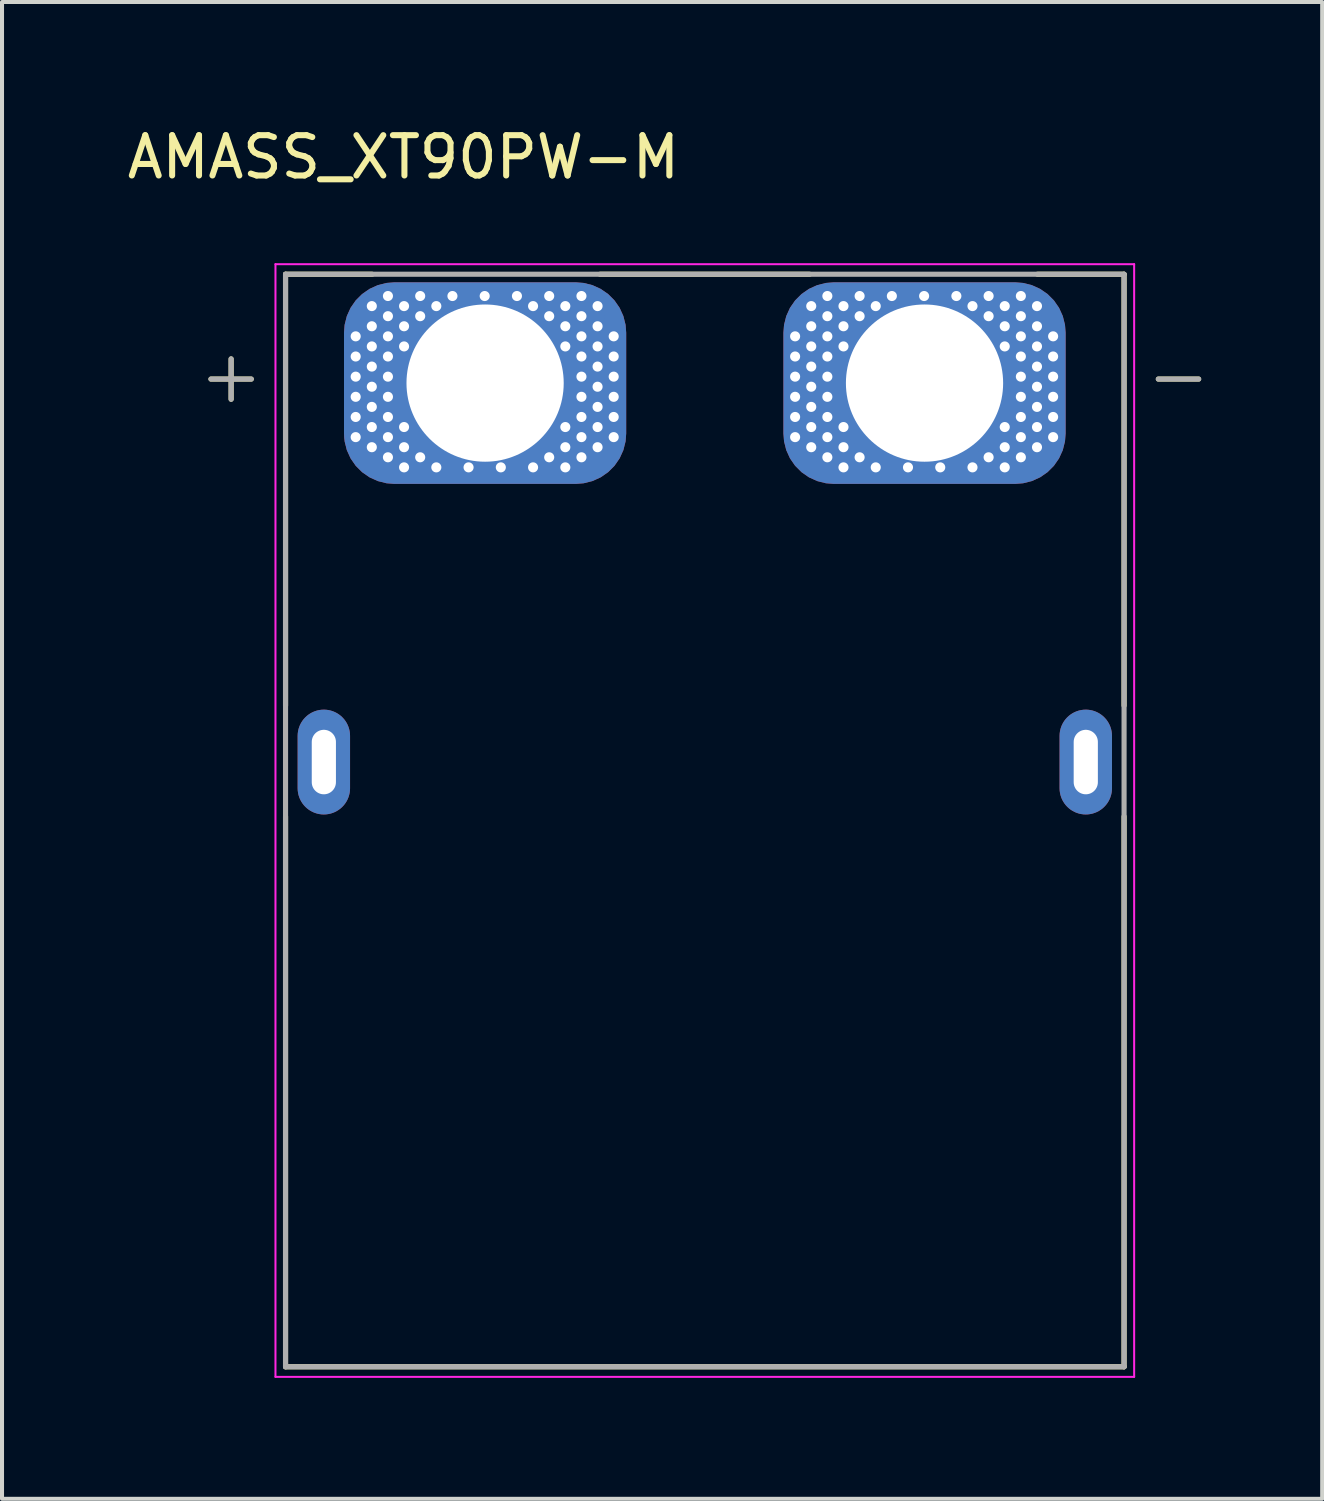
<source format=kicad_pcb>
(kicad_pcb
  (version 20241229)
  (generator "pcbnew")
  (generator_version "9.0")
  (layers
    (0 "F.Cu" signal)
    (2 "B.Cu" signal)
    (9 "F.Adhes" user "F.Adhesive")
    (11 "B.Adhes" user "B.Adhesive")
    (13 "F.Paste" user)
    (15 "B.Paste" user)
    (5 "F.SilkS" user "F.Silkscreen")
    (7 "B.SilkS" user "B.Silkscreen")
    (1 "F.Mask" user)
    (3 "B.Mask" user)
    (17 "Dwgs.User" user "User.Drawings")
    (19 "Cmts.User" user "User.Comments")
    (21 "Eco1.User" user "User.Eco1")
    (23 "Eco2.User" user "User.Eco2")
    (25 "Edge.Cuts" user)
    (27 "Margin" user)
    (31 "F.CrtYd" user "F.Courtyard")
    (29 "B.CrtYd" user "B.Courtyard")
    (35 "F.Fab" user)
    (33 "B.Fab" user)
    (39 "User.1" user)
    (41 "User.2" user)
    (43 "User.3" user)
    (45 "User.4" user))
  (footprint "AMASS_XT90PW-M"
    (layer "F.Cu")
    (at 14.433 15.853)
    (property "Reference" "AMASS_XT90PW-M" (at -7.475 -15.005 0) (layer "F.SilkS") (effects (font (size 1 1) (thickness 0.15))))
    (attr through_hole)
    (fp_line (start -11.75 -9) (end -11.75 -10) (stroke (width 0.127) (type solid)) (layer "F.SilkS"))
    (fp_line (start -11.25 -9.5) (end -12.25 -9.5) (stroke (width 0.127) (type solid)) (layer "F.SilkS"))
    (fp_line (start -10.4 -12.1) (end -10.4 -1.4) (stroke (width 0.127) (type solid)) (layer "F.SilkS"))
    (fp_line (start -10.4 1.35) (end -10.4 15) (stroke (width 0.127) (type solid)) (layer "F.SilkS"))
    (fp_line (start -10.4 15) (end 10.4 15) (stroke (width 0.127) (type solid)) (layer "F.SilkS"))
    (fp_line (start -8.25 -12.1) (end -10.4 -12.1) (stroke (width 0.127) (type solid)) (layer "F.SilkS"))
    (fp_line (start -2.6 -12.1) (end 2.6 -12.1) (stroke (width 0.127) (type solid)) (layer "F.SilkS"))
    (fp_line (start 10.4 -12.1) (end 8.25 -12.1) (stroke (width 0.127) (type solid)) (layer "F.SilkS"))
    (fp_line (start 10.4 -1.4) (end 10.4 -12.1) (stroke (width 0.127) (type solid)) (layer "F.SilkS"))
    (fp_line (start 10.4 15) (end 10.4 1.35) (stroke (width 0.127) (type solid)) (layer "F.SilkS"))
    (fp_line (start 11.25 -9.5) (end 12.25 -9.5) (stroke (width 0.127) (type solid)) (layer "F.SilkS"))
    (fp_line (start -10.65 -12.35) (end 10.65 -12.35) (stroke (width 0.05) (type solid)) (layer "F.CrtYd"))
    (fp_line (start -10.65 15.25) (end -10.65 -12.35) (stroke (width 0.05) (type solid)) (layer "F.CrtYd"))
    (fp_line (start 10.65 -12.35) (end 10.65 15.25) (stroke (width 0.05) (type solid)) (layer "F.CrtYd"))
    (fp_line (start 10.65 15.25) (end -10.65 15.25) (stroke (width 0.05) (type solid)) (layer "F.CrtYd"))
    (fp_line (start -11.75 -9) (end -11.75 -10) (stroke (width 0.127) (type solid)) (layer "F.Fab"))
    (fp_line (start -11.25 -9.5) (end -12.25 -9.5) (stroke (width 0.127) (type solid)) (layer "F.Fab"))
    (fp_line (start -10.4 -12.1) (end 10.4 -12.1) (stroke (width 0.127) (type solid)) (layer "F.Fab"))
    (fp_line (start -10.4 15) (end -10.4 -12.1) (stroke (width 0.127) (type solid)) (layer "F.Fab"))
    (fp_line (start 10.4 -12.1) (end 10.4 15) (stroke (width 0.127) (type solid)) (layer "F.Fab"))
    (fp_line (start 10.4 15) (end -10.4 15) (stroke (width 0.127) (type solid)) (layer "F.Fab"))
    (fp_line (start 12.25 -9.5) (end 11.25 -9.5) (stroke (width 0.127) (type solid)) (layer "F.Fab"))
    (pad "1" thru_hole roundrect (at 5.45 -9.4) (size 7 5) (drill 3.9) (layers "*.Cu" "*.Mask") (roundrect_rratio 0.25))
    (pad "2" thru_hole circle (at -8.66 -10.56 270) (size 0.55 0.55) (drill 0.25) (layers "*.Cu"))
    (pad "2" thru_hole circle (at -8.66 -10.06 270) (size 0.55 0.55) (drill 0.25) (layers "*.Cu"))
    (pad "2" thru_hole circle (at -8.66 -9.56 270) (size 0.55 0.55) (drill 0.25) (layers "*.Cu"))
    (pad "2" thru_hole circle (at -8.66 -9.06 270) (size 0.55 0.55) (drill 0.25) (layers "*.Cu"))
    (pad "2" thru_hole circle (at -8.66 -8.56 270) (size 0.55 0.55) (drill 0.25) (layers "*.Cu"))
    (pad "2" thru_hole circle (at -8.66 -8.06 270) (size 0.55 0.55) (drill 0.25) (layers "*.Cu"))
    (pad "2" thru_hole circle (at -8.26 -11.31 270) (size 0.55 0.55) (drill 0.25) (layers "*.Cu"))
    (pad "2" thru_hole circle (at -8.26 -10.81 270) (size 0.55 0.55) (drill 0.25) (layers "*.Cu"))
    (pad "2" thru_hole circle (at -8.26 -10.31 270) (size 0.55 0.55) (drill 0.25) (layers "*.Cu"))
    (pad "2" thru_hole circle (at -8.26 -9.81 270) (size 0.55 0.55) (drill 0.25) (layers "*.Cu"))
    (pad "2" thru_hole circle (at -8.26 -9.31 270) (size 0.55 0.55) (drill 0.25) (layers "*.Cu"))
    (pad "2" thru_hole circle (at -8.26 -8.81 270) (size 0.55 0.55) (drill 0.25) (layers "*.Cu"))
    (pad "2" thru_hole circle (at -8.26 -8.31 270) (size 0.55 0.55) (drill 0.25) (layers "*.Cu"))
    (pad "2" thru_hole circle (at -8.26 -7.81 270) (size 0.55 0.55) (drill 0.25) (layers "*.Cu"))
    (pad "2" thru_hole circle (at -7.86 -11.56 270) (size 0.55 0.55) (drill 0.25) (layers "*.Cu"))
    (pad "2" thru_hole circle (at -7.86 -11.06 270) (size 0.55 0.55) (drill 0.25) (layers "*.Cu"))
    (pad "2" thru_hole circle (at -7.86 -10.56 270) (size 0.55 0.55) (drill 0.25) (layers "*.Cu"))
    (pad "2" thru_hole circle (at -7.86 -10.06 270) (size 0.55 0.55) (drill 0.25) (layers "*.Cu"))
    (pad "2" thru_hole circle (at -7.86 -9.56 270) (size 0.55 0.55) (drill 0.25) (layers "*.Cu"))
    (pad "2" thru_hole circle (at -7.86 -9.06 270) (size 0.55 0.55) (drill 0.25) (layers "*.Cu"))
    (pad "2" thru_hole circle (at -7.86 -8.56 270) (size 0.55 0.55) (drill 0.25) (layers "*.Cu"))
    (pad "2" thru_hole circle (at -7.86 -8.06 270) (size 0.55 0.55) (drill 0.25) (layers "*.Cu"))
    (pad "2" thru_hole circle (at -7.86 -7.56 270) (size 0.55 0.55) (drill 0.25) (layers "*.Cu"))
    (pad "2" thru_hole circle (at -7.46 -11.31 270) (size 0.55 0.55) (drill 0.25) (layers "*.Cu"))
    (pad "2" thru_hole circle (at -7.46 -10.81 270) (size 0.55 0.55) (drill 0.25) (layers "*.Cu"))
    (pad "2" thru_hole circle (at -7.46 -10.31 270) (size 0.55 0.55) (drill 0.25) (layers "*.Cu"))
    (pad "2" thru_hole circle (at -7.46 -8.31 270) (size 0.55 0.55) (drill 0.25) (layers "*.Cu"))
    (pad "2" thru_hole circle (at -7.46 -7.81 270) (size 0.55 0.55) (drill 0.25) (layers "*.Cu"))
    (pad "2" thru_hole circle (at -7.46 -7.31 270) (size 0.55 0.55) (drill 0.25) (layers "*.Cu"))
    (pad "2" thru_hole circle (at -7.06 -11.56 270) (size 0.55 0.55) (drill 0.25) (layers "*.Cu"))
    (pad "2" thru_hole circle (at -7.06 -11.06 270) (size 0.55 0.55) (drill 0.25) (layers "*.Cu"))
    (pad "2" thru_hole circle (at -7.06 -7.56 270) (size 0.55 0.55) (drill 0.25) (layers "*.Cu"))
    (pad "2" thru_hole circle (at -6.66 -11.31 270) (size 0.55 0.55) (drill 0.25) (layers "*.Cu"))
    (pad "2" thru_hole circle (at -6.66 -7.31 270) (size 0.55 0.55) (drill 0.25) (layers "*.Cu"))
    (pad "2" thru_hole circle (at -6.26 -11.56 270) (size 0.55 0.55) (drill 0.25) (layers "*.Cu"))
    (pad "2" thru_hole circle (at -5.86 -7.31 270) (size 0.55 0.55) (drill 0.25) (layers "*.Cu"))
    (pad "2" thru_hole circle (at -5.46 -11.56 270) (size 0.55 0.55) (drill 0.25) (layers "*.Cu"))
    (pad "2" thru_hole roundrect (at -5.45 -9.4) (size 7 5) (drill 3.9) (layers "*.Cu" "*.Mask") (roundrect_rratio 0.25))
    (pad "2" thru_hole circle (at -5.06 -7.31 270) (size 0.55 0.55) (drill 0.25) (layers "*.Cu"))
    (pad "2" thru_hole circle (at -4.66 -11.56 270) (size 0.55 0.55) (drill 0.25) (layers "*.Cu"))
    (pad "2" thru_hole circle (at -4.26 -11.31 270) (size 0.55 0.55) (drill 0.25) (layers "*.Cu"))
    (pad "2" thru_hole circle (at -4.26 -7.31 270) (size 0.55 0.55) (drill 0.25) (layers "*.Cu"))
    (pad "2" thru_hole circle (at -3.86 -11.56 270) (size 0.55 0.55) (drill 0.25) (layers "*.Cu"))
    (pad "2" thru_hole circle (at -3.86 -11.06 270) (size 0.55 0.55) (drill 0.25) (layers "*.Cu"))
    (pad "2" thru_hole circle (at -3.86 -7.56 270) (size 0.55 0.55) (drill 0.25) (layers "*.Cu"))
    (pad "2" thru_hole circle (at -3.46 -11.31 270) (size 0.55 0.55) (drill 0.25) (layers "*.Cu"))
    (pad "2" thru_hole circle (at -3.46 -10.81 270) (size 0.55 0.55) (drill 0.25) (layers "*.Cu"))
    (pad "2" thru_hole circle (at -3.46 -10.31 270) (size 0.55 0.55) (drill 0.25) (layers "*.Cu"))
    (pad "2" thru_hole circle (at -3.46 -8.31 270) (size 0.55 0.55) (drill 0.25) (layers "*.Cu"))
    (pad "2" thru_hole circle (at -3.46 -7.81 270) (size 0.55 0.55) (drill 0.25) (layers "*.Cu"))
    (pad "2" thru_hole circle (at -3.46 -7.31 270) (size 0.55 0.55) (drill 0.25) (layers "*.Cu"))
    (pad "2" thru_hole circle (at -3.06 -11.56 270) (size 0.55 0.55) (drill 0.25) (layers "*.Cu"))
    (pad "2" thru_hole circle (at -3.06 -11.06 270) (size 0.55 0.55) (drill 0.25) (layers "*.Cu"))
    (pad "2" thru_hole circle (at -3.06 -10.56 270) (size 0.55 0.55) (drill 0.25) (layers "*.Cu"))
    (pad "2" thru_hole circle (at -3.06 -10.06 270) (size 0.55 0.55) (drill 0.25) (layers "*.Cu"))
    (pad "2" thru_hole circle (at -3.06 -9.56 270) (size 0.55 0.55) (drill 0.25) (layers "*.Cu"))
    (pad "2" thru_hole circle (at -3.06 -9.06 270) (size 0.55 0.55) (drill 0.25) (layers "*.Cu"))
    (pad "2" thru_hole circle (at -3.06 -8.56 270) (size 0.55 0.55) (drill 0.25) (layers "*.Cu"))
    (pad "2" thru_hole circle (at -3.06 -8.06 270) (size 0.55 0.55) (drill 0.25) (layers "*.Cu"))
    (pad "2" thru_hole circle (at -3.06 -7.56 270) (size 0.55 0.55) (drill 0.25) (layers "*.Cu"))
    (pad "2" thru_hole circle (at -2.66 -11.31 270) (size 0.55 0.55) (drill 0.25) (layers "*.Cu"))
    (pad "2" thru_hole circle (at -2.66 -10.81 270) (size 0.55 0.55) (drill 0.25) (layers "*.Cu"))
    (pad "2" thru_hole circle (at -2.66 -10.31 270) (size 0.55 0.55) (drill 0.25) (layers "*.Cu"))
    (pad "2" thru_hole circle (at -2.66 -9.81 270) (size 0.55 0.55) (drill 0.25) (layers "*.Cu"))
    (pad "2" thru_hole circle (at -2.66 -9.31 270) (size 0.55 0.55) (drill 0.25) (layers "*.Cu"))
    (pad "2" thru_hole circle (at -2.66 -8.81 270) (size 0.55 0.55) (drill 0.25) (layers "*.Cu"))
    (pad "2" thru_hole circle (at -2.66 -8.31 270) (size 0.55 0.55) (drill 0.25) (layers "*.Cu"))
    (pad "2" thru_hole circle (at -2.66 -7.81 270) (size 0.55 0.55) (drill 0.25) (layers "*.Cu"))
    (pad "2" thru_hole circle (at -2.26 -10.56 270) (size 0.55 0.55) (drill 0.25) (layers "*.Cu"))
    (pad "2" thru_hole circle (at -2.26 -10.06 270) (size 0.55 0.55) (drill 0.25) (layers "*.Cu"))
    (pad "2" thru_hole circle (at -2.26 -9.56 270) (size 0.55 0.55) (drill 0.25) (layers "*.Cu"))
    (pad "2" thru_hole circle (at -2.26 -9.06 270) (size 0.55 0.55) (drill 0.25) (layers "*.Cu"))
    (pad "2" thru_hole circle (at -2.26 -8.56 270) (size 0.55 0.55) (drill 0.25) (layers "*.Cu"))
    (pad "2" thru_hole circle (at -2.26 -8.06 270) (size 0.55 0.55) (drill 0.25) (layers "*.Cu"))
    (pad "2" thru_hole circle (at 2.24 -10.56 270) (size 0.55 0.55) (drill 0.25) (layers "*.Cu"))
    (pad "2" thru_hole circle (at 2.24 -10.06 270) (size 0.55 0.55) (drill 0.25) (layers "*.Cu"))
    (pad "2" thru_hole circle (at 2.24 -9.56 270) (size 0.55 0.55) (drill 0.25) (layers "*.Cu"))
    (pad "2" thru_hole circle (at 2.24 -9.06 270) (size 0.55 0.55) (drill 0.25) (layers "*.Cu"))
    (pad "2" thru_hole circle (at 2.24 -8.56 270) (size 0.55 0.55) (drill 0.25) (layers "*.Cu"))
    (pad "2" thru_hole circle (at 2.24 -8.06 270) (size 0.55 0.55) (drill 0.25) (layers "*.Cu"))
    (pad "2" thru_hole circle (at 2.64 -11.31 270) (size 0.55 0.55) (drill 0.25) (layers "*.Cu"))
    (pad "2" thru_hole circle (at 2.64 -10.81 270) (size 0.55 0.55) (drill 0.25) (layers "*.Cu"))
    (pad "2" thru_hole circle (at 2.64 -10.31 270) (size 0.55 0.55) (drill 0.25) (layers "*.Cu"))
    (pad "2" thru_hole circle (at 2.64 -9.81 270) (size 0.55 0.55) (drill 0.25) (layers "*.Cu"))
    (pad "2" thru_hole circle (at 2.64 -9.31 270) (size 0.55 0.55) (drill 0.25) (layers "*.Cu"))
    (pad "2" thru_hole circle (at 2.64 -8.81 270) (size 0.55 0.55) (drill 0.25) (layers "*.Cu"))
    (pad "2" thru_hole circle (at 2.64 -8.31 270) (size 0.55 0.55) (drill 0.25) (layers "*.Cu"))
    (pad "2" thru_hole circle (at 2.64 -7.81 270) (size 0.55 0.55) (drill 0.25) (layers "*.Cu"))
    (pad "2" thru_hole circle (at 3.04 -11.56 270) (size 0.55 0.55) (drill 0.25) (layers "*.Cu"))
    (pad "2" thru_hole circle (at 3.04 -11.06 270) (size 0.55 0.55) (drill 0.25) (layers "*.Cu"))
    (pad "2" thru_hole circle (at 3.04 -10.56 270) (size 0.55 0.55) (drill 0.25) (layers "*.Cu"))
    (pad "2" thru_hole circle (at 3.04 -10.06 270) (size 0.55 0.55) (drill 0.25) (layers "*.Cu"))
    (pad "2" thru_hole circle (at 3.04 -9.56 270) (size 0.55 0.55) (drill 0.25) (layers "*.Cu"))
    (pad "2" thru_hole circle (at 3.04 -9.06 270) (size 0.55 0.55) (drill 0.25) (layers "*.Cu"))
    (pad "2" thru_hole circle (at 3.04 -8.56 270) (size 0.55 0.55) (drill 0.25) (layers "*.Cu"))
    (pad "2" thru_hole circle (at 3.04 -8.06 270) (size 0.55 0.55) (drill 0.25) (layers "*.Cu"))
    (pad "2" thru_hole circle (at 3.04 -7.56 270) (size 0.55 0.55) (drill 0.25) (layers "*.Cu"))
    (pad "2" thru_hole circle (at 3.44 -11.31 270) (size 0.55 0.55) (drill 0.25) (layers "*.Cu"))
    (pad "2" thru_hole circle (at 3.44 -10.81 270) (size 0.55 0.55) (drill 0.25) (layers "*.Cu"))
    (pad "2" thru_hole circle (at 3.44 -10.31 270) (size 0.55 0.55) (drill 0.25) (layers "*.Cu"))
    (pad "2" thru_hole circle (at 3.44 -8.31 270) (size 0.55 0.55) (drill 0.25) (layers "*.Cu"))
    (pad "2" thru_hole circle (at 3.44 -7.81 270) (size 0.55 0.55) (drill 0.25) (layers "*.Cu"))
    (pad "2" thru_hole circle (at 3.44 -7.31 270) (size 0.55 0.55) (drill 0.25) (layers "*.Cu"))
    (pad "2" thru_hole circle (at 3.84 -11.56 270) (size 0.55 0.55) (drill 0.25) (layers "*.Cu"))
    (pad "2" thru_hole circle (at 3.84 -11.06 270) (size 0.55 0.55) (drill 0.25) (layers "*.Cu"))
    (pad "2" thru_hole circle (at 3.84 -7.56 270) (size 0.55 0.55) (drill 0.25) (layers "*.Cu"))
    (pad "2" thru_hole circle (at 4.24 -11.31 270) (size 0.55 0.55) (drill 0.25) (layers "*.Cu"))
    (pad "2" thru_hole circle (at 4.24 -7.31 270) (size 0.55 0.55) (drill 0.25) (layers "*.Cu"))
    (pad "2" thru_hole circle (at 4.64 -11.56 270) (size 0.55 0.55) (drill 0.25) (layers "*.Cu"))
    (pad "2" thru_hole circle (at 5.04 -7.31 270) (size 0.55 0.55) (drill 0.25) (layers "*.Cu"))
    (pad "2" thru_hole circle (at 5.44 -11.56 270) (size 0.55 0.55) (drill 0.25) (layers "*.Cu"))
    (pad "2" thru_hole circle (at 5.84 -7.31 270) (size 0.55 0.55) (drill 0.25) (layers "*.Cu"))
    (pad "2" thru_hole circle (at 6.24 -11.56 270) (size 0.55 0.55) (drill 0.25) (layers "*.Cu"))
    (pad "2" thru_hole circle (at 6.64 -11.31 270) (size 0.55 0.55) (drill 0.25) (layers "*.Cu"))
    (pad "2" thru_hole circle (at 6.64 -7.31 270) (size 0.55 0.55) (drill 0.25) (layers "*.Cu"))
    (pad "2" thru_hole circle (at 7.04 -11.56 270) (size 0.55 0.55) (drill 0.25) (layers "*.Cu"))
    (pad "2" thru_hole circle (at 7.04 -11.06 270) (size 0.55 0.55) (drill 0.25) (layers "*.Cu"))
    (pad "2" thru_hole circle (at 7.04 -7.56 270) (size 0.55 0.55) (drill 0.25) (layers "*.Cu"))
    (pad "2" thru_hole circle (at 7.44 -11.31 270) (size 0.55 0.55) (drill 0.25) (layers "*.Cu"))
    (pad "2" thru_hole circle (at 7.44 -10.81 270) (size 0.55 0.55) (drill 0.25) (layers "*.Cu"))
    (pad "2" thru_hole circle (at 7.44 -10.31 270) (size 0.55 0.55) (drill 0.25) (layers "*.Cu"))
    (pad "2" thru_hole circle (at 7.44 -8.31 270) (size 0.55 0.55) (drill 0.25) (layers "*.Cu"))
    (pad "2" thru_hole circle (at 7.44 -7.81 270) (size 0.55 0.55) (drill 0.25) (layers "*.Cu"))
    (pad "2" thru_hole circle (at 7.44 -7.31 270) (size 0.55 0.55) (drill 0.25) (layers "*.Cu"))
    (pad "2" thru_hole circle (at 7.84 -11.56 270) (size 0.55 0.55) (drill 0.25) (layers "*.Cu"))
    (pad "2" thru_hole circle (at 7.84 -11.06 270) (size 0.55 0.55) (drill 0.25) (layers "*.Cu"))
    (pad "2" thru_hole circle (at 7.84 -10.56 270) (size 0.55 0.55) (drill 0.25) (layers "*.Cu"))
    (pad "2" thru_hole circle (at 7.84 -10.06 270) (size 0.55 0.55) (drill 0.25) (layers "*.Cu"))
    (pad "2" thru_hole circle (at 7.84 -9.56 270) (size 0.55 0.55) (drill 0.25) (layers "*.Cu"))
    (pad "2" thru_hole circle (at 7.84 -9.06 270) (size 0.55 0.55) (drill 0.25) (layers "*.Cu"))
    (pad "2" thru_hole circle (at 7.84 -8.56 270) (size 0.55 0.55) (drill 0.25) (layers "*.Cu"))
    (pad "2" thru_hole circle (at 7.84 -8.06 270) (size 0.55 0.55) (drill 0.25) (layers "*.Cu"))
    (pad "2" thru_hole circle (at 7.84 -7.56 270) (size 0.55 0.55) (drill 0.25) (layers "*.Cu"))
    (pad "2" thru_hole circle (at 8.24 -11.31 270) (size 0.55 0.55) (drill 0.25) (layers "*.Cu"))
    (pad "2" thru_hole circle (at 8.24 -10.81 270) (size 0.55 0.55) (drill 0.25) (layers "*.Cu"))
    (pad "2" thru_hole circle (at 8.24 -10.31 270) (size 0.55 0.55) (drill 0.25) (layers "*.Cu"))
    (pad "2" thru_hole circle (at 8.24 -9.81 270) (size 0.55 0.55) (drill 0.25) (layers "*.Cu"))
    (pad "2" thru_hole circle (at 8.24 -9.31 270) (size 0.55 0.55) (drill 0.25) (layers "*.Cu"))
    (pad "2" thru_hole circle (at 8.24 -8.81 270) (size 0.55 0.55) (drill 0.25) (layers "*.Cu"))
    (pad "2" thru_hole circle (at 8.24 -8.31 270) (size 0.55 0.55) (drill 0.25) (layers "*.Cu"))
    (pad "2" thru_hole circle (at 8.24 -7.81 270) (size 0.55 0.55) (drill 0.25) (layers "*.Cu"))
    (pad "2" thru_hole circle (at 8.64 -10.56 270) (size 0.55 0.55) (drill 0.25) (layers "*.Cu"))
    (pad "2" thru_hole circle (at 8.64 -10.06 270) (size 0.55 0.55) (drill 0.25) (layers "*.Cu"))
    (pad "2" thru_hole circle (at 8.64 -9.56 270) (size 0.55 0.55) (drill 0.25) (layers "*.Cu"))
    (pad "2" thru_hole circle (at 8.64 -9.06 270) (size 0.55 0.55) (drill 0.25) (layers "*.Cu"))
    (pad "2" thru_hole circle (at 8.64 -8.56 270) (size 0.55 0.55) (drill 0.25) (layers "*.Cu"))
    (pad "2" thru_hole circle (at 8.64 -8.06 270) (size 0.55 0.55) (drill 0.25) (layers "*.Cu"))
    (pad "S1" thru_hole oval (at -9.45 0) (size 1.3 2.6) (drill oval 0.6 1.6) (layers "*.Cu" "*.Mask"))
    (pad "S2" thru_hole oval (at 9.45 0) (size 1.3 2.6) (drill oval 0.6 1.6) (layers "*.Cu" "*.Mask")))
  (gr_rect
    (start -3 -3)
    (end 29.747 34.128)
    (stroke (width 0.1) (type default))
    (fill no)
    (layer "Edge.Cuts")))
</source>
